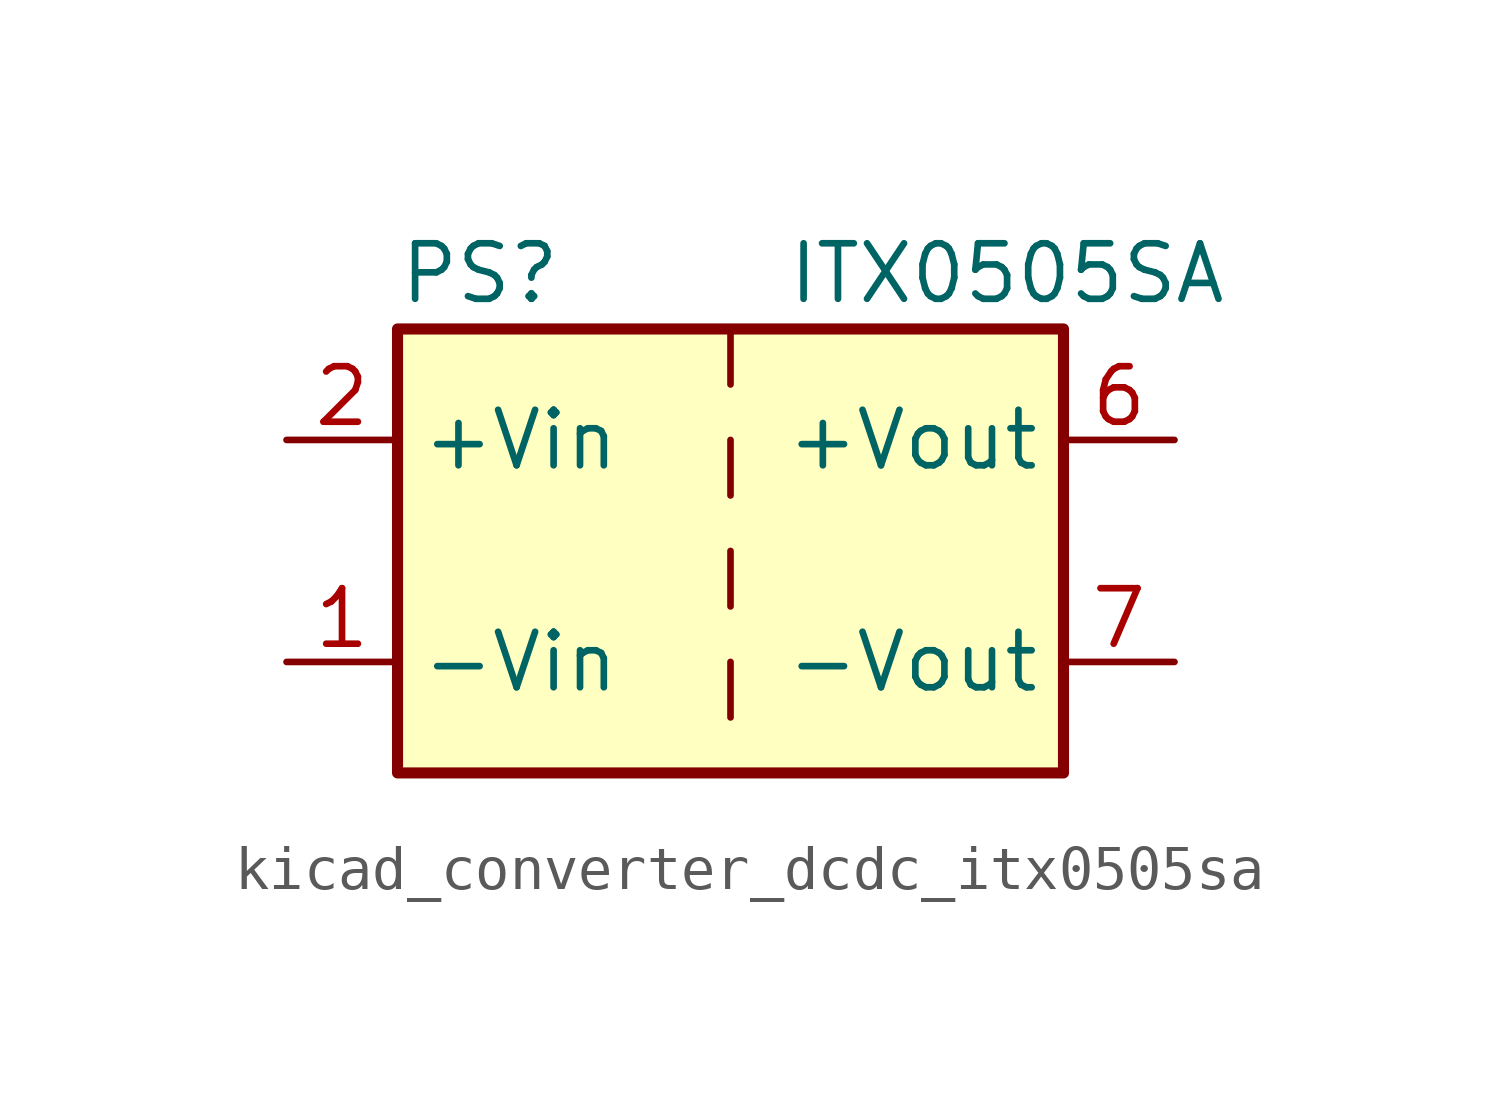
<source format=kicad_sym>
(kicad_symbol_lib
  (version 20220914)
  (generator kicad_symbol_editor)
  (symbol "kicad_converter_dcdc_itx0505sa"
    (property "Reference" "PS"
      (at -7.62 6.35 0)
      (effects (font (size 1.27 1.27)) (justify left)))
    (property "Value" "ITX0505SA"
      (at 1.27 6.35 0)
      (effects (font (size 1.27 1.27)) (justify left)))
    (symbol "kicad_converter_dcdc_itx0505sa_0_0"
      (pin power_in line (at -10.16 -2.54 0) (length 2.54) (name "-Vin" (effects (font (size 1.27 1.27)))) (number "1" (effects (font (size 1.27 1.27)))))
      (pin power_in line (at -10.16 2.54 0) (length 2.54) (name "+Vin" (effects (font (size 1.27 1.27)))) (number "2" (effects (font (size 1.27 1.27)))))
      (pin power_out line (at 10.16 2.54 180) (length 2.54) (name "+Vout" (effects (font (size 1.27 1.27)))) (number "6" (effects (font (size 1.27 1.27)))))
      (pin power_out line (at 10.16 -2.54 180) (length 2.54) (name "-Vout" (effects (font (size 1.27 1.27)))) (number "7" (effects (font (size 1.27 1.27)))))
      (pin no_connect line (at 7.62 0 180) (length 2.54) hide (name "NC" (effects (font (size 1.27 1.27)))) (number "8" (effects (font (size 1.27 1.27))))))
    (symbol "kicad_converter_dcdc_itx0505sa_0_1"
      (rectangle (start -7.62 5.08) (end 7.62 -5.08) (stroke (width 0.254) (type default)) (fill (type background)))
      (polyline (pts (xy 0 -2.54) (xy 0 -3.81)) (stroke (width 0) (type default)) (fill (type none)))
      (polyline (pts (xy 0 0) (xy 0 -1.27)) (stroke (width 0) (type default)) (fill (type none)))
      (polyline (pts (xy 0 2.54) (xy 0 1.27)) (stroke (width 0) (type default)) (fill (type none)))
      (polyline (pts (xy 0 5.08) (xy 0 3.81)) (stroke (width 0) (type default)) (fill (type none))))))
</source>
